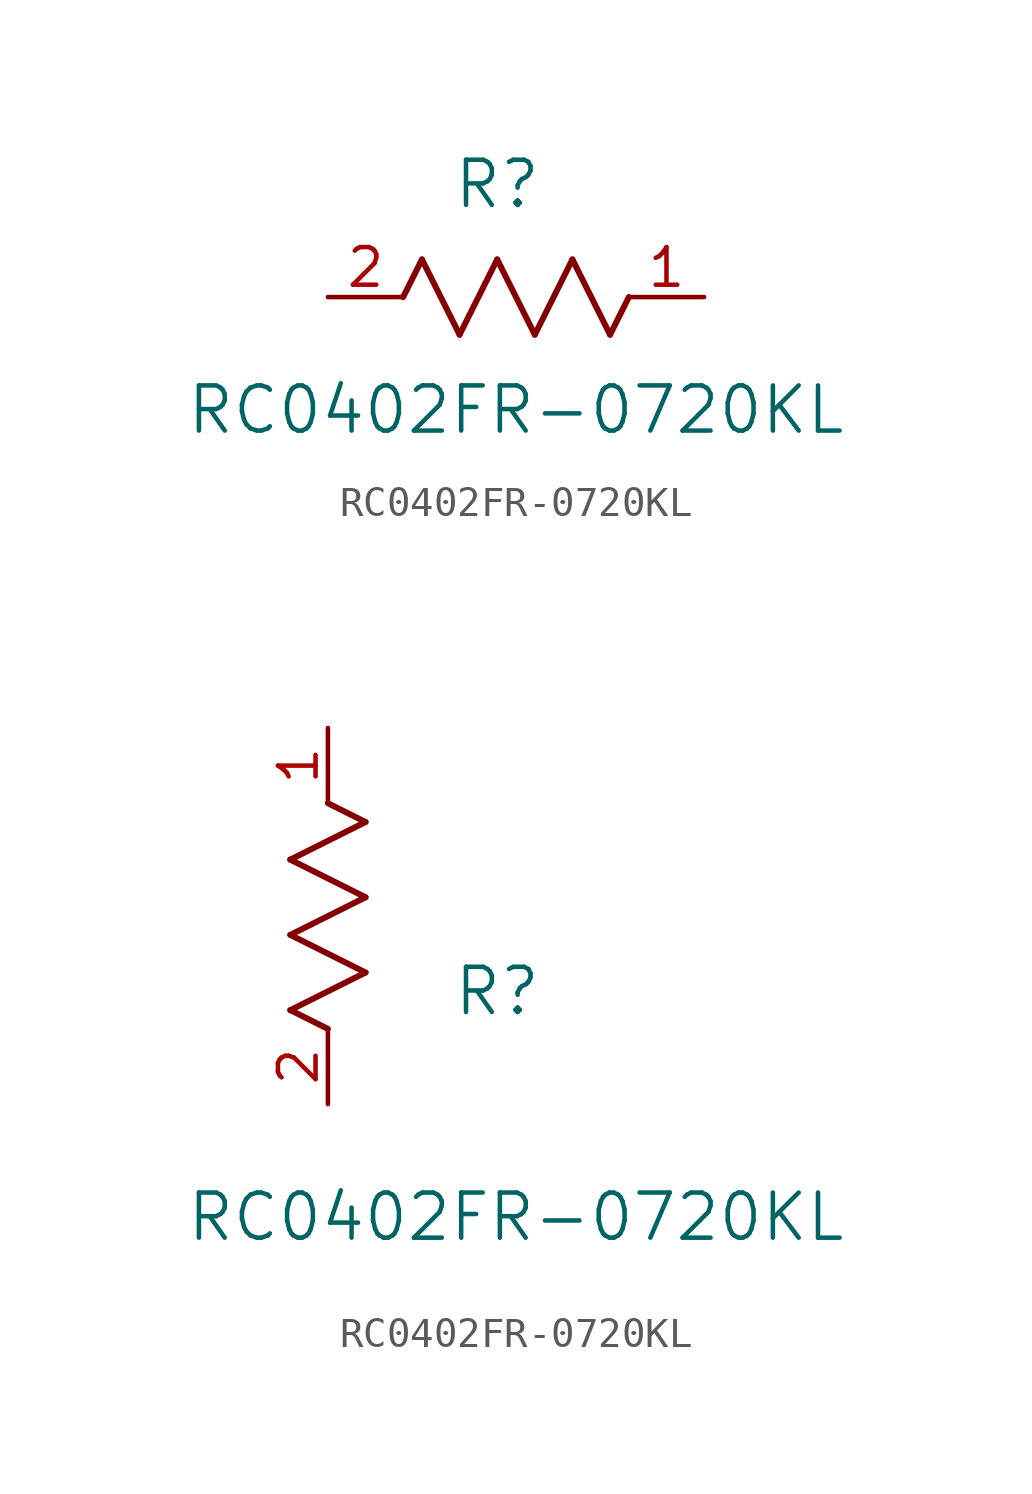
<source format=kicad_sym>
(kicad_symbol_lib
  (version 20211014)
  (generator kicad_symbol_editor)
  (symbol "RC0402FR-0720KL"
    (pin_names
      (offset 0.254))
    (property "Reference" "R"
      (at 5.715 3.81 0)
      (effects (font (size 1.524 1.524))))
    (property "Value" "RC0402FR-0720KL"
      (at 6.35 -3.81 0)
      (effects (font (size 1.524 1.524))))
    (symbol "RC0402FR-0720KL_1_1"
      (polyline (pts (xy 3.175 1.27) (xy 4.445 -1.27)) (stroke (width 0.203) (type default) (color 0 0 0 0)) (fill (type none)))
      (polyline (pts (xy 4.445 -1.27) (xy 5.715 1.27)) (stroke (width 0.203) (type default) (color 0 0 0 0)) (fill (type none)))
      (polyline (pts (xy 5.715 1.27) (xy 6.985 -1.27)) (stroke (width 0.203) (type default) (color 0 0 0 0)) (fill (type none)))
      (polyline (pts (xy 6.985 -1.27) (xy 8.255 1.27)) (stroke (width 0.203) (type default) (color 0 0 0 0)) (fill (type none)))
      (polyline (pts (xy 8.255 1.27) (xy 9.525 -1.27)) (stroke (width 0.203) (type default) (color 0 0 0 0)) (fill (type none)))
      (polyline (pts (xy 2.54 0) (xy 3.175 1.27)) (stroke (width 0.203) (type default) (color 0 0 0 0)) (fill (type none)))
      (polyline (pts (xy 9.525 -1.27) (xy 10.16 0)) (stroke (width 0.203) (type default) (color 0 0 0 0)) (fill (type none)))
      (pin unspecified line (at 12.7 0 180) (length 2.54) (name "" (effects (font (size 1.27 1.27)))) (number "1" (effects (font (size 1.27 1.27)))))
      (pin unspecified line (at 0 0 0) (length 2.54) (name "" (effects (font (size 1.27 1.27)))) (number "2" (effects (font (size 1.27 1.27))))))
    (symbol "RC0402FR-0720KL_1_2"
      (polyline (pts (xy 0 2.54) (xy -1.27 3.175)) (stroke (width 0.203) (type default) (color 0 0 0 0)) (fill (type none)))
      (polyline (pts (xy -1.27 3.175) (xy 1.27 4.445)) (stroke (width 0.203) (type default) (color 0 0 0 0)) (fill (type none)))
      (polyline (pts (xy 1.27 4.445) (xy -1.27 5.715)) (stroke (width 0.203) (type default) (color 0 0 0 0)) (fill (type none)))
      (polyline (pts (xy -1.27 5.715) (xy 1.27 6.985)) (stroke (width 0.203) (type default) (color 0 0 0 0)) (fill (type none)))
      (polyline (pts (xy -1.27 8.255) (xy 1.27 9.525)) (stroke (width 0.203) (type default) (color 0 0 0 0)) (fill (type none)))
      (polyline (pts (xy 1.27 9.525) (xy 0 10.16)) (stroke (width 0.203) (type default) (color 0 0 0 0)) (fill (type none)))
      (polyline (pts (xy 1.27 6.985) (xy -1.27 8.255)) (stroke (width 0.203) (type default) (color 0 0 0 0)) (fill (type none)))
      (pin unspecified line (at 0 12.7 270) (length 2.54) (name "" (effects (font (size 1.27 1.27)))) (number "1" (effects (font (size 1.27 1.27)))))
      (pin unspecified line (at 0 0 90) (length 2.54) (name "" (effects (font (size 1.27 1.27)))) (number "2" (effects (font (size 1.27 1.27))))))))
</source>
